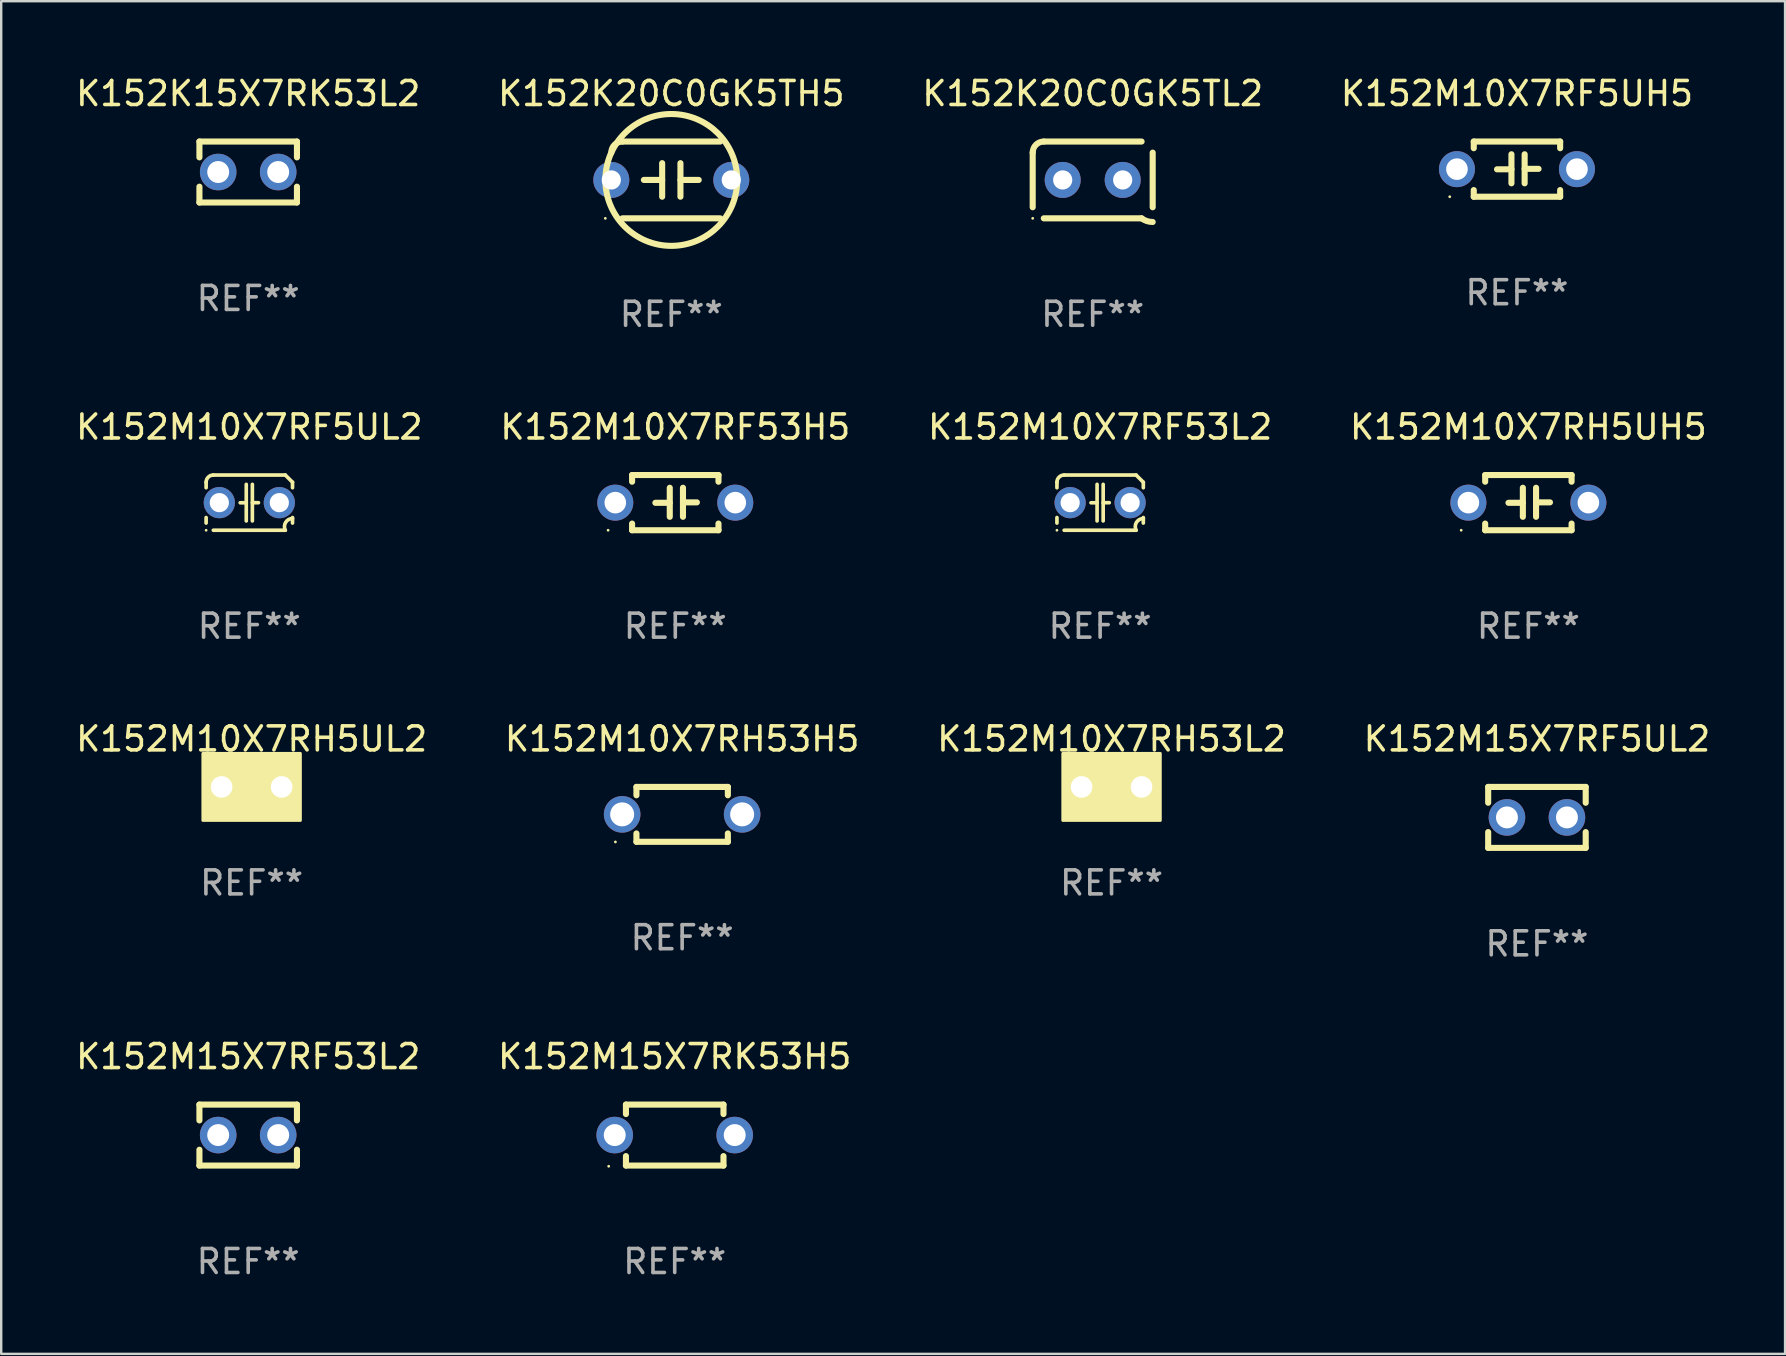
<source format=kicad_pcb>
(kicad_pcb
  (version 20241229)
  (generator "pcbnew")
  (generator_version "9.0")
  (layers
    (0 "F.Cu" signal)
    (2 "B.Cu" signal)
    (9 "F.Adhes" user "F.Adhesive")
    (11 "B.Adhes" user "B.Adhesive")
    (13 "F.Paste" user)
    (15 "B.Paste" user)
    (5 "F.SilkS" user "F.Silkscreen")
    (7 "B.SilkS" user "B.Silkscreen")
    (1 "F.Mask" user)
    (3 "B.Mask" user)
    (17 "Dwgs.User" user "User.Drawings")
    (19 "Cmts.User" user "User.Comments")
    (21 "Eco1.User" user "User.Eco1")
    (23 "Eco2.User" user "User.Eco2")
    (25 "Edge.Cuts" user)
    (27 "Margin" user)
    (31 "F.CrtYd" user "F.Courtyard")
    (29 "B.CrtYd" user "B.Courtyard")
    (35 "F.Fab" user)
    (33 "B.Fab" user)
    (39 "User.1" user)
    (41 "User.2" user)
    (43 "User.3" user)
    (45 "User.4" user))
  (footprint "K152M15X7RF5UL2"
    (layer "F.Cu")
    (at 60.994 31.011)
    (property "Reference" "K152M15X7RF5UL2" (at 0 -3.27 0) (layer "F.SilkS") (effects (font (size 1 1) (thickness 0.15))))
    (attr through_hole)
    (fp_line (start -2.032 -1.27) (end -2.032 -0.611) (stroke (width 0.254) (type solid)) (layer "F.SilkS"))
    (fp_line (start -2.032 0.611) (end -2.032 1.27) (stroke (width 0.254) (type solid)) (layer "F.SilkS"))
    (fp_line (start -2.032 1.27) (end 2.032 1.27) (stroke (width 0.254) (type solid)) (layer "F.SilkS"))
    (fp_line (start 2.032 -1.27) (end -2.032 -1.27) (stroke (width 0.254) (type solid)) (layer "F.SilkS"))
    (fp_line (start 2.032 -0.611) (end 2.032 -1.27) (stroke (width 0.254) (type solid)) (layer "F.SilkS"))
    (fp_line (start 2.032 1.27) (end 2.032 0.611) (stroke (width 0.254) (type solid)) (layer "F.SilkS"))
    (fp_circle (center -2 1.3) (end -1.97 1.3) (stroke (width 0.06) (type solid)) (fill no) (layer "F.SilkS"))
    (fp_text user "REF**" (at 0 5.27 0) (layer "F.Fab") (effects (font (size 1 1) (thickness 0.15))))
    (pad "1" thru_hole circle (at -1.25 0) (size 1.524 1.524) (drill 0.914) (layers "*.Cu" "*.Mask"))
    (pad "2" thru_hole circle (at 1.25 0) (size 1.524 1.524) (drill 0.914) (layers "*.Cu" "*.Mask")))
  (footprint "K152K20C0GK5TH5"
    (layer "F.Cu")
    (at 24.923 4.448)
    (property "Reference" "K152K20C0GK5TH5" (at 0 -3.6 0) (layer "F.SilkS") (effects (font (size 1 1) (thickness 0.15))))
    (attr through_hole)
    (fp_line (start -2.038 1.6) (end 2.038 1.6) (stroke (width 0.254) (type solid)) (layer "F.SilkS"))
    (fp_line (start -1.143 0) (end -0.381 0) (stroke (width 0.254) (type solid)) (layer "F.SilkS"))
    (fp_line (start -0.381 -0.699) (end -0.381 0.699) (stroke (width 0.254) (type solid)) (layer "F.SilkS"))
    (fp_line (start 0.381 -0.699) (end 0.381 0.699) (stroke (width 0.254) (type solid)) (layer "F.SilkS"))
    (fp_line (start 1.143 0) (end 0.381 0) (stroke (width 0.254) (type solid)) (layer "F.SilkS"))
    (fp_line (start 2.038 -1.6) (end -2.038 -1.6) (stroke (width 0.254) (type solid)) (layer "F.SilkS"))
    (fp_arc (start -2.500127 -1.137744) (mid -2.364728 -1.464626) (end -2.037846 -1.600025) (stroke (width 0.254001) (type solid)) (layer "F.SilkS"))
    (fp_arc (start -2.500127 1.137719) (mid 2.500149 -1.137741) (end -2.500127 1.137719) (stroke (width 0.254001) (type solid)) (layer "F.SilkS"))
    (fp_circle (center -2.75 1.6) (end -2.72 1.6) (stroke (width 0.06) (type solid)) (fill no) (layer "F.SilkS"))
    (fp_text user "REF**" (at 0 5.6 0) (layer "F.Fab") (effects (font (size 1 1) (thickness 0.15))))
    (pad "1" thru_hole circle (at -2.5 0) (size 1.5 1.5) (drill 0.8) (layers "*.Cu" "*.Mask"))
    (pad "2" thru_hole circle (at 2.5 0) (size 1.5 1.5) (drill 0.8) (layers "*.Cu" "*.Mask")))
  (footprint "K152M10X7RH5UL2"
    (layer "F.Cu")
    (at 7.435 29.741)
    (property "Reference" "K152M10X7RH5UL2" (at 0 -2 0) (layer "F.SilkS") (effects (font (size 1 1) (thickness 0.15))))
    (attr through_hole)
    (fp_circle (center -1.8 1.15) (end -1.77 1.15) (stroke (width 0.06) (type solid)) (fill no) (layer "F.SilkS"))
    (fp_poly (pts (xy -2.032 -1.397) (xy 2.032 -1.397) (xy 2.032 1.397) (xy -2.032 1.397)) (stroke (width 0.12) (type solid)) (fill yes) (layer "F.SilkS"))
    (fp_text user "REF**" (at 0 4 0) (layer "F.Fab") (effects (font (size 1 1) (thickness 0.15))))
    (pad "1" thru_hole circle (at -1.25 0) (size 1.5 1.5) (drill 0.9) (layers "*.Cu" "*.Mask"))
    (pad "2" thru_hole circle (at 1.25 0) (size 1.5 1.5) (drill 0.9) (layers "*.Cu" "*.Mask")))
  (footprint "K152M10X7RH5UH5"
    (layer "F.Cu")
    (at 60.637 17.895)
    (property "Reference" "K152M10X7RH5UH5" (at 0 -3.15 0) (layer "F.SilkS") (effects (font (size 1 1) (thickness 0.15))))
    (attr through_hole)
    (fp_line (start -1.8 -1.15) (end -1.8 -0.872) (stroke (width 0.254) (type solid)) (layer "F.SilkS"))
    (fp_line (start -1.8 -1.15) (end 1.8 -1.15) (stroke (width 0.254) (type solid)) (layer "F.SilkS"))
    (fp_line (start -1.8 0.872) (end -1.8 1.15) (stroke (width 0.254) (type solid)) (layer "F.SilkS"))
    (fp_line (start -1.8 1.15) (end 1.8 1.15) (stroke (width 0.254) (type solid)) (layer "F.SilkS"))
    (fp_line (start -0.23 -0.62) (end -0.23 0.59) (stroke (width 0.254) (type solid)) (layer "F.SilkS"))
    (fp_line (start -0.23 0.007) (end -0.83 0.007) (stroke (width 0.254) (type solid)) (layer "F.SilkS"))
    (fp_line (start 0.32 -0.62) (end 0.32 0.59) (stroke (width 0.254) (type solid)) (layer "F.SilkS"))
    (fp_line (start 0.32 -0.012) (end 0.9 -0.012) (stroke (width 0.254) (type solid)) (layer "F.SilkS"))
    (fp_line (start 1.8 -1.15) (end 1.8 -0.872) (stroke (width 0.254) (type solid)) (layer "F.SilkS"))
    (fp_line (start 1.8 0.872) (end 1.8 1.15) (stroke (width 0.254) (type solid)) (layer "F.SilkS"))
    (fp_circle (center -2.8 1.15) (end -2.77 1.15) (stroke (width 0.06) (type solid)) (fill no) (layer "F.SilkS"))
    (fp_text user "REF**" (at 0 5.15 0) (layer "F.Fab") (effects (font (size 1 1) (thickness 0.15))))
    (pad "1" thru_hole circle (at -2.5 0) (size 1.5 1.5) (drill 0.9) (layers "*.Cu" "*.Mask"))
    (pad "2" thru_hole circle (at 2.5 0) (size 1.5 1.5) (drill 0.9) (layers "*.Cu" "*.Mask")))
  (footprint "K152K15X7RK53L2"
    (layer "F.Cu")
    (at 7.292 4.118)
    (property "Reference" "K152K15X7RK53L2" (at 0 -3.27 0) (layer "F.SilkS") (effects (font (size 1 1) (thickness 0.15))))
    (attr through_hole)
    (fp_line (start -2.032 -1.27) (end -2.032 -0.611) (stroke (width 0.254) (type solid)) (layer "F.SilkS"))
    (fp_line (start -2.032 0.611) (end -2.032 1.27) (stroke (width 0.254) (type solid)) (layer "F.SilkS"))
    (fp_line (start -2.032 1.27) (end 2.032 1.27) (stroke (width 0.254) (type solid)) (layer "F.SilkS"))
    (fp_line (start 2.032 -1.27) (end -2.032 -1.27) (stroke (width 0.254) (type solid)) (layer "F.SilkS"))
    (fp_line (start 2.032 -0.611) (end 2.032 -1.27) (stroke (width 0.254) (type solid)) (layer "F.SilkS"))
    (fp_line (start 2.032 1.27) (end 2.032 0.611) (stroke (width 0.254) (type solid)) (layer "F.SilkS"))
    (fp_circle (center -2 1.3) (end -1.97 1.3) (stroke (width 0.06) (type solid)) (fill no) (layer "F.SilkS"))
    (fp_text user "REF**" (at 0 5.27 0) (layer "F.Fab") (effects (font (size 1 1) (thickness 0.15))))
    (pad "1" thru_hole circle (at -1.25 0) (size 1.524 1.524) (drill 0.914) (layers "*.Cu" "*.Mask"))
    (pad "2" thru_hole circle (at 1.25 0) (size 1.524 1.524) (drill 0.914) (layers "*.Cu" "*.Mask")))
  (footprint "K152M10X7RF53H5"
    (layer "F.Cu")
    (at 25.089 17.895)
    (property "Reference" "K152M10X7RF53H5" (at 0 -3.15 0) (layer "F.SilkS") (effects (font (size 1 1) (thickness 0.15))))
    (attr through_hole)
    (fp_line (start -1.8 -1.15) (end -1.8 -0.872) (stroke (width 0.254) (type solid)) (layer "F.SilkS"))
    (fp_line (start -1.8 -1.15) (end 1.8 -1.15) (stroke (width 0.254) (type solid)) (layer "F.SilkS"))
    (fp_line (start -1.8 0.872) (end -1.8 1.15) (stroke (width 0.254) (type solid)) (layer "F.SilkS"))
    (fp_line (start -1.8 1.15) (end 1.8 1.15) (stroke (width 0.254) (type solid)) (layer "F.SilkS"))
    (fp_line (start -0.23 -0.62) (end -0.23 0.59) (stroke (width 0.254) (type solid)) (layer "F.SilkS"))
    (fp_line (start -0.23 0.007) (end -0.83 0.007) (stroke (width 0.254) (type solid)) (layer "F.SilkS"))
    (fp_line (start 0.32 -0.62) (end 0.32 0.59) (stroke (width 0.254) (type solid)) (layer "F.SilkS"))
    (fp_line (start 0.32 -0.012) (end 0.9 -0.012) (stroke (width 0.254) (type solid)) (layer "F.SilkS"))
    (fp_line (start 1.8 -1.15) (end 1.8 -0.872) (stroke (width 0.254) (type solid)) (layer "F.SilkS"))
    (fp_line (start 1.8 0.872) (end 1.8 1.15) (stroke (width 0.254) (type solid)) (layer "F.SilkS"))
    (fp_circle (center -2.8 1.15) (end -2.77 1.15) (stroke (width 0.06) (type solid)) (fill no) (layer "F.SilkS"))
    (fp_text user "REF**" (at 0 5.15 0) (layer "F.Fab") (effects (font (size 1 1) (thickness 0.15))))
    (pad "1" thru_hole circle (at -2.5 0) (size 1.5 1.5) (drill 0.9) (layers "*.Cu" "*.Mask"))
    (pad "2" thru_hole circle (at 2.5 0) (size 1.5 1.5) (drill 0.9) (layers "*.Cu" "*.Mask")))
  (footprint "K152M10X7RF5UL2"
    (layer "F.Cu")
    (at 7.339 17.895)
    (property "Reference" "K152M10X7RF5UL2" (at 0 -3.15 0) (layer "F.SilkS") (effects (font (size 1 1) (thickness 0.15))))
    (attr through_hole)
    (fp_line (start -1.8 -0.621) (end -1.8 -0.85) (stroke (width 0.152) (type solid)) (layer "F.SilkS"))
    (fp_line (start -1.8 0.85) (end -1.8 0.621) (stroke (width 0.152) (type solid)) (layer "F.SilkS"))
    (fp_line (start -1.5 -1.15) (end 1.5 -1.15) (stroke (width 0.152) (type solid)) (layer "F.SilkS"))
    (fp_line (start -0.127 -0.762) (end -0.127 0.762) (stroke (width 0.152) (type solid)) (layer "F.SilkS"))
    (fp_line (start -0.127 0.005) (end -0.381 0.005) (stroke (width 0.152) (type solid)) (layer "F.SilkS"))
    (fp_line (start 0.127 -0.762) (end 0.127 0.762) (stroke (width 0.152) (type solid)) (layer "F.SilkS"))
    (fp_line (start 0.127 0.002) (end 0.381 0.002) (stroke (width 0.152) (type solid)) (layer "F.SilkS"))
    (fp_line (start 1.5 1.15) (end -1.5 1.15) (stroke (width 0.152) (type solid)) (layer "F.SilkS"))
    (fp_line (start 1.8 -0.85) (end 1.8 -0.621) (stroke (width 0.152) (type solid)) (layer "F.SilkS"))
    (fp_line (start 1.8 0.621) (end 1.8 0.85) (stroke (width 0.152) (type solid)) (layer "F.SilkS"))
    (fp_arc (start -1.799975 -0.849987) (mid -1.712107 -1.062119) (end -1.499975 -1.149987) (stroke (width 0.151994) (type solid)) (layer "F.SilkS"))
    (fp_arc (start 1.499975 1.149987) (mid 1.513726 0.822359) (end 1.799975 0.662387) (stroke (width 0.151994) (type solid)) (layer "F.SilkS"))
    (fp_arc (start 1.500001 -1.149986) (mid 1.650015 -1.000001) (end 1.8 -0.849987) (stroke (width 0.151994) (type solid)) (layer "F.SilkS"))
    (fp_circle (center -1.8 1.15) (end -1.77 1.15) (stroke (width 0.06) (type solid)) (fill no) (layer "F.SilkS"))
    (fp_text user "REF**" (at 0 5.15 0) (layer "F.Fab") (effects (font (size 1 1) (thickness 0.15))))
    (pad "1" thru_hole circle (at -1.25 0) (size 1.3 1.3) (drill 0.8) (layers "*.Cu" "*.Mask"))
    (pad "2" thru_hole circle (at 1.25 0) (size 1.3 1.3) (drill 0.8) (layers "*.Cu" "*.Mask")))
  (footprint "K152M10X7RF5UH5"
    (layer "F.Cu")
    (at 60.161 3.998)
    (property "Reference" "K152M10X7RF5UH5" (at 0 -3.15 0) (layer "F.SilkS") (effects (font (size 1 1) (thickness 0.15))))
    (attr through_hole)
    (fp_line (start -1.8 -1.15) (end -1.8 -0.872) (stroke (width 0.254) (type solid)) (layer "F.SilkS"))
    (fp_line (start -1.8 -1.15) (end 1.8 -1.15) (stroke (width 0.254) (type solid)) (layer "F.SilkS"))
    (fp_line (start -1.8 0.872) (end -1.8 1.15) (stroke (width 0.254) (type solid)) (layer "F.SilkS"))
    (fp_line (start -1.8 1.15) (end 1.8 1.15) (stroke (width 0.254) (type solid)) (layer "F.SilkS"))
    (fp_line (start -0.23 -0.62) (end -0.23 0.59) (stroke (width 0.254) (type solid)) (layer "F.SilkS"))
    (fp_line (start -0.23 0.007) (end -0.83 0.007) (stroke (width 0.254) (type solid)) (layer "F.SilkS"))
    (fp_line (start 0.32 -0.62) (end 0.32 0.59) (stroke (width 0.254) (type solid)) (layer "F.SilkS"))
    (fp_line (start 0.32 -0.012) (end 0.9 -0.012) (stroke (width 0.254) (type solid)) (layer "F.SilkS"))
    (fp_line (start 1.8 -1.15) (end 1.8 -0.872) (stroke (width 0.254) (type solid)) (layer "F.SilkS"))
    (fp_line (start 1.8 0.872) (end 1.8 1.15) (stroke (width 0.254) (type solid)) (layer "F.SilkS"))
    (fp_circle (center -2.8 1.15) (end -2.77 1.15) (stroke (width 0.06) (type solid)) (fill no) (layer "F.SilkS"))
    (fp_text user "REF**" (at 0 5.15 0) (layer "F.Fab") (effects (font (size 1 1) (thickness 0.15))))
    (pad "1" thru_hole circle (at -2.5 0) (size 1.5 1.5) (drill 0.9) (layers "*.Cu" "*.Mask"))
    (pad "2" thru_hole circle (at 2.5 0) (size 1.5 1.5) (drill 0.9) (layers "*.Cu" "*.Mask")))
  (footprint "K152M10X7RH53H5"
    (layer "F.Cu")
    (at 25.375 30.884)
    (property "Reference" "K152M10X7RH53H5" (at 0 -3.143 0) (layer "F.SilkS") (effects (font (size 1 1) (thickness 0.15))))
    (attr through_hole)
    (fp_line (start -1.905 -1.143) (end 1.905 -1.143) (stroke (width 0.254) (type solid)) (layer "F.SilkS"))
    (fp_line (start -1.905 -0.795) (end -1.905 -1.143) (stroke (width 0.254) (type solid)) (layer "F.SilkS"))
    (fp_line (start -1.905 1.143) (end -1.905 0.795) (stroke (width 0.254) (type solid)) (layer "F.SilkS"))
    (fp_line (start 1.905 -1.143) (end 1.905 -0.795) (stroke (width 0.254) (type solid)) (layer "F.SilkS"))
    (fp_line (start 1.905 0.795) (end 1.905 1.143) (stroke (width 0.254) (type solid)) (layer "F.SilkS"))
    (fp_line (start 1.905 1.143) (end -1.905 1.143) (stroke (width 0.254) (type solid)) (layer "F.SilkS"))
    (fp_circle (center -2.781 1.15) (end -2.751 1.15) (stroke (width 0.06) (type solid)) (fill no) (layer "F.SilkS"))
    (fp_text user "REF**" (at 0 5.143 0) (layer "F.Fab") (effects (font (size 1 1) (thickness 0.15))))
    (pad "1" thru_hole circle (at -2.5 0) (size 1.524 1.524) (drill 1) (layers "*.Cu" "*.Mask"))
    (pad "2" thru_hole circle (at 2.5 0) (size 1.524 1.524) (drill 1) (layers "*.Cu" "*.Mask")))
  (footprint "K152K20C0GK5TL2"
    (layer "F.Cu")
    (at 42.482 4.448)
    (property "Reference" "K152K20C0GK5TL2" (at 0 -3.6 0) (layer "F.SilkS") (effects (font (size 1 1) (thickness 0.15))))
    (attr through_hole)
    (fp_line (start -2.5 1.138) (end -2.5 -1.138) (stroke (width 0.254) (type solid)) (layer "F.SilkS"))
    (fp_line (start -2.038 1.6) (end 2.038 1.6) (stroke (width 0.254) (type solid)) (layer "F.SilkS"))
    (fp_line (start 2.038 -1.6) (end -2.038 -1.6) (stroke (width 0.254) (type solid)) (layer "F.SilkS"))
    (fp_line (start 2.5 -1.138) (end 2.5 1.138) (stroke (width 0.254) (type solid)) (layer "F.SilkS"))
    (fp_arc (start -2.5 -1.137744) (mid -2.364601 -1.464626) (end -2.037719 -1.600025) (stroke (width 0.254001) (type solid)) (layer "F.SilkS"))
    (fp_arc (start -2.5 1.137719) (mid 2.500022 -1.137741) (end -2.5 1.137719) (stroke (width 0.254001) (type solid)) (layer "F.SilkS"))
    (fp_arc (start 2.5 1.751767) (mid 2.256726 1.712861) (end 2.037719 1.600025) (stroke (width 0.254001) (type solid)) (layer "F.SilkS"))
    (fp_circle (center -2.5 1.6) (end -2.47 1.6) (stroke (width 0.06) (type solid)) (fill no) (layer "F.SilkS"))
    (fp_text user "REF**" (at 0 5.6 0) (layer "F.Fab") (effects (font (size 1 1) (thickness 0.15))))
    (pad "1" thru_hole circle (at -1.25 -0.000076) (size 1.5 1.5) (drill 0.8) (layers "*.Cu" "*.Mask"))
    (pad "2" thru_hole circle (at 1.25 -0.000076) (size 1.5 1.5) (drill 0.8) (layers "*.Cu" "*.Mask")))
  (footprint "K152M10X7RH53L2"
    (layer "F.Cu")
    (at 43.268 29.741)
    (property "Reference" "K152M10X7RH53L2" (at 0 -2 0) (layer "F.SilkS") (effects (font (size 1 1) (thickness 0.15))))
    (attr through_hole)
    (fp_circle (center -1.8 1.15) (end -1.77 1.15) (stroke (width 0.06) (type solid)) (fill no) (layer "F.SilkS"))
    (fp_poly (pts (xy -2.032 -1.397) (xy 2.032 -1.397) (xy 2.032 1.397) (xy -2.032 1.397)) (stroke (width 0.12) (type solid)) (fill yes) (layer "F.SilkS"))
    (fp_text user "REF**" (at 0 4 0) (layer "F.Fab") (effects (font (size 1 1) (thickness 0.15))))
    (pad "1" thru_hole circle (at -1.25 0) (size 1.5 1.5) (drill 0.9) (layers "*.Cu" "*.Mask"))
    (pad "2" thru_hole circle (at 1.25 0) (size 1.5 1.5) (drill 0.9) (layers "*.Cu" "*.Mask")))
  (footprint "K152M15X7RF53L2"
    (layer "F.Cu")
    (at 7.292 44.248)
    (property "Reference" "K152M15X7RF53L2" (at 0 -3.27 0) (layer "F.SilkS") (effects (font (size 1 1) (thickness 0.15))))
    (attr through_hole)
    (fp_line (start -2.032 -1.27) (end -2.032 -0.611) (stroke (width 0.254) (type solid)) (layer "F.SilkS"))
    (fp_line (start -2.032 0.611) (end -2.032 1.27) (stroke (width 0.254) (type solid)) (layer "F.SilkS"))
    (fp_line (start -2.032 1.27) (end 2.032 1.27) (stroke (width 0.254) (type solid)) (layer "F.SilkS"))
    (fp_line (start 2.032 -1.27) (end -2.032 -1.27) (stroke (width 0.254) (type solid)) (layer "F.SilkS"))
    (fp_line (start 2.032 -0.611) (end 2.032 -1.27) (stroke (width 0.254) (type solid)) (layer "F.SilkS"))
    (fp_line (start 2.032 1.27) (end 2.032 0.611) (stroke (width 0.254) (type solid)) (layer "F.SilkS"))
    (fp_circle (center -2 1.3) (end -1.97 1.3) (stroke (width 0.06) (type solid)) (fill no) (layer "F.SilkS"))
    (fp_text user "REF**" (at 0 5.27 0) (layer "F.Fab") (effects (font (size 1 1) (thickness 0.15))))
    (pad "1" thru_hole circle (at -1.25 0) (size 1.524 1.524) (drill 0.914) (layers "*.Cu" "*.Mask"))
    (pad "2" thru_hole circle (at 1.25 0) (size 1.524 1.524) (drill 0.914) (layers "*.Cu" "*.Mask")))
  (footprint "K152M10X7RF53L2"
    (layer "F.Cu")
    (at 42.792 17.895)
    (property "Reference" "K152M10X7RF53L2" (at 0 -3.15 0) (layer "F.SilkS") (effects (font (size 1 1) (thickness 0.15))))
    (attr through_hole)
    (fp_line (start -1.8 -0.621) (end -1.8 -0.85) (stroke (width 0.152) (type solid)) (layer "F.SilkS"))
    (fp_line (start -1.8 0.85) (end -1.8 0.621) (stroke (width 0.152) (type solid)) (layer "F.SilkS"))
    (fp_line (start -1.5 -1.15) (end 1.5 -1.15) (stroke (width 0.152) (type solid)) (layer "F.SilkS"))
    (fp_line (start -0.127 -0.762) (end -0.127 0.762) (stroke (width 0.152) (type solid)) (layer "F.SilkS"))
    (fp_line (start -0.127 0.005) (end -0.381 0.005) (stroke (width 0.152) (type solid)) (layer "F.SilkS"))
    (fp_line (start 0.127 -0.762) (end 0.127 0.762) (stroke (width 0.152) (type solid)) (layer "F.SilkS"))
    (fp_line (start 0.127 0.002) (end 0.381 0.002) (stroke (width 0.152) (type solid)) (layer "F.SilkS"))
    (fp_line (start 1.5 1.15) (end -1.5 1.15) (stroke (width 0.152) (type solid)) (layer "F.SilkS"))
    (fp_line (start 1.8 -0.85) (end 1.8 -0.621) (stroke (width 0.152) (type solid)) (layer "F.SilkS"))
    (fp_line (start 1.8 0.621) (end 1.8 0.85) (stroke (width 0.152) (type solid)) (layer "F.SilkS"))
    (fp_arc (start -1.799975 -0.849987) (mid -1.712107 -1.062119) (end -1.499975 -1.149987) (stroke (width 0.151994) (type solid)) (layer "F.SilkS"))
    (fp_arc (start 1.499975 1.149987) (mid 1.513726 0.822359) (end 1.799975 0.662387) (stroke (width 0.151994) (type solid)) (layer "F.SilkS"))
    (fp_arc (start 1.500001 -1.149986) (mid 1.650015 -1.000001) (end 1.8 -0.849987) (stroke (width 0.151994) (type solid)) (layer "F.SilkS"))
    (fp_circle (center -1.8 1.15) (end -1.77 1.15) (stroke (width 0.06) (type solid)) (fill no) (layer "F.SilkS"))
    (fp_text user "REF**" (at 0 5.15 0) (layer "F.Fab") (effects (font (size 1 1) (thickness 0.15))))
    (pad "1" thru_hole circle (at -1.25 0) (size 1.3 1.3) (drill 0.8) (layers "*.Cu" "*.Mask"))
    (pad "2" thru_hole circle (at 1.25 0) (size 1.3 1.3) (drill 0.8) (layers "*.Cu" "*.Mask")))
  (footprint "K152M15X7RK53H5"
    (layer "F.Cu")
    (at 25.065 44.248)
    (property "Reference" "K152M15X7RK53H5" (at 0 -3.27 0) (layer "F.SilkS") (effects (font (size 1 1) (thickness 0.15))))
    (attr through_hole)
    (fp_line (start -2.032 -1.27) (end -2.032 -0.876) (stroke (width 0.254) (type solid)) (layer "F.SilkS"))
    (fp_line (start -2.032 0.876) (end -2.032 1.27) (stroke (width 0.254) (type solid)) (layer "F.SilkS"))
    (fp_line (start -2.032 1.27) (end 2.032 1.27) (stroke (width 0.254) (type solid)) (layer "F.SilkS"))
    (fp_line (start 2.032 -1.27) (end -2.032 -1.27) (stroke (width 0.254) (type solid)) (layer "F.SilkS"))
    (fp_line (start 2.032 -0.876) (end 2.032 -1.27) (stroke (width 0.254) (type solid)) (layer "F.SilkS"))
    (fp_line (start 2.032 1.27) (end 2.032 0.876) (stroke (width 0.254) (type solid)) (layer "F.SilkS"))
    (fp_circle (center -2.751 1.3) (end -2.721 1.3) (stroke (width 0.06) (type solid)) (fill no) (layer "F.SilkS"))
    (fp_text user "REF**" (at 0 5.27 0) (layer "F.Fab") (effects (font (size 1 1) (thickness 0.15))))
    (pad "1" thru_hole circle (at -2.5 0) (size 1.524 1.524) (drill 0.914) (layers "*.Cu" "*.Mask"))
    (pad "2" thru_hole circle (at 2.5 0) (size 1.524 1.524) (drill 0.914) (layers "*.Cu" "*.Mask")))
  (gr_rect
    (start -3 -3)
    (end 71.333 53.366)
    (stroke (width 0.1) (type default))
    (fill no)
    (layer "Edge.Cuts")))
</source>
